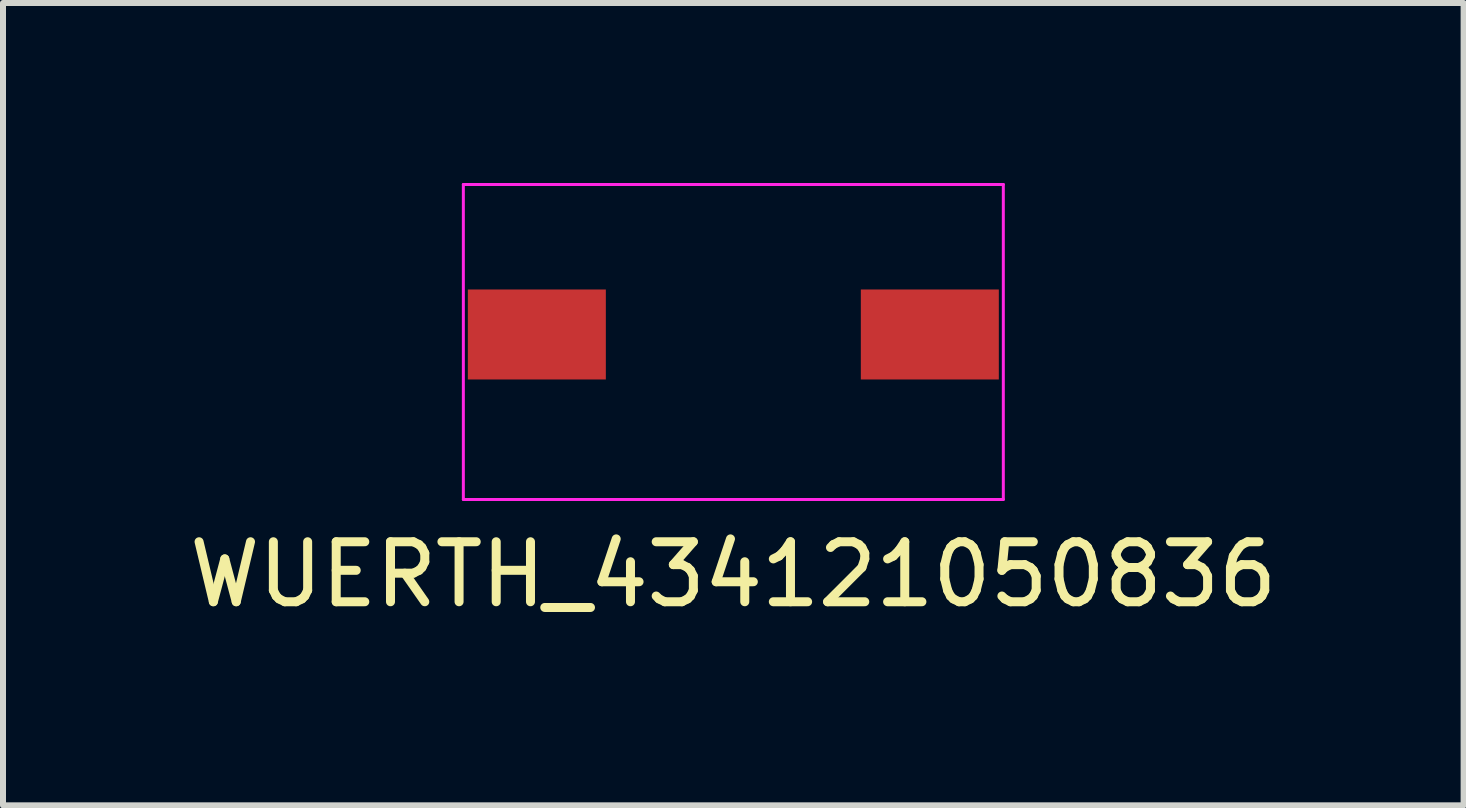
<source format=kicad_pcb>
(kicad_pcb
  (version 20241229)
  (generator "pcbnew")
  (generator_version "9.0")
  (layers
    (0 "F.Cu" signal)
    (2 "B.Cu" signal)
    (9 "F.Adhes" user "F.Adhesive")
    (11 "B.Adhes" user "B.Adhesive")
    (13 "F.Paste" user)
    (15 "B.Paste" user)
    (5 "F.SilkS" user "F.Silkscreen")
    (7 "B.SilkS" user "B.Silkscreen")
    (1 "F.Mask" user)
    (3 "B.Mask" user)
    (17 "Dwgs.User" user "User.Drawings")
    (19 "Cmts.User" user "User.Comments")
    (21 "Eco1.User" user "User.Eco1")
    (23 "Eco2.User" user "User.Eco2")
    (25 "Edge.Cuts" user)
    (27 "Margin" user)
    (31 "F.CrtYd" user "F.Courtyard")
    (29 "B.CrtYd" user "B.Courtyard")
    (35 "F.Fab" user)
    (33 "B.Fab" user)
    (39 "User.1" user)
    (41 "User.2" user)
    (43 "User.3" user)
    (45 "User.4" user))
  (footprint "WUERTH_434121050836"
    (layer "F.Cu")
    (at 9.173 2.525)
    (property "Reference" "WUERTH_434121050836" (at 0 4 0) (layer "F.SilkS") (effects (font (size 1 1) (thickness 0.15))))
    (attr smd)
    (fp_line (start -4.5 -2.5) (end 4.5 -2.5) (stroke (width 0.05) (type solid)) (layer "F.CrtYd"))
    (fp_line (start -4.5 2.75) (end -4.5 -2.5) (stroke (width 0.05) (type solid)) (layer "F.CrtYd"))
    (fp_line (start 4.5 -2.5) (end 4.5 2.75) (stroke (width 0.05) (type solid)) (layer "F.CrtYd"))
    (fp_line (start 4.5 2.75) (end -4.5 2.75) (stroke (width 0.05) (type solid)) (layer "F.CrtYd"))
    (pad "1" smd rect (at -3.275 0) (size 2.3 1.5) (layers "F.Cu" "F.Mask" "F.Paste"))
    (pad "2" smd rect (at 3.275 0) (size 2.3 1.5) (layers "F.Cu" "F.Mask" "F.Paste")))
  (gr_rect
    (start -3 -3)
    (end 21.345 10.373)
    (stroke (width 0.1) (type default))
    (fill no)
    (layer "Edge.Cuts")))
</source>
